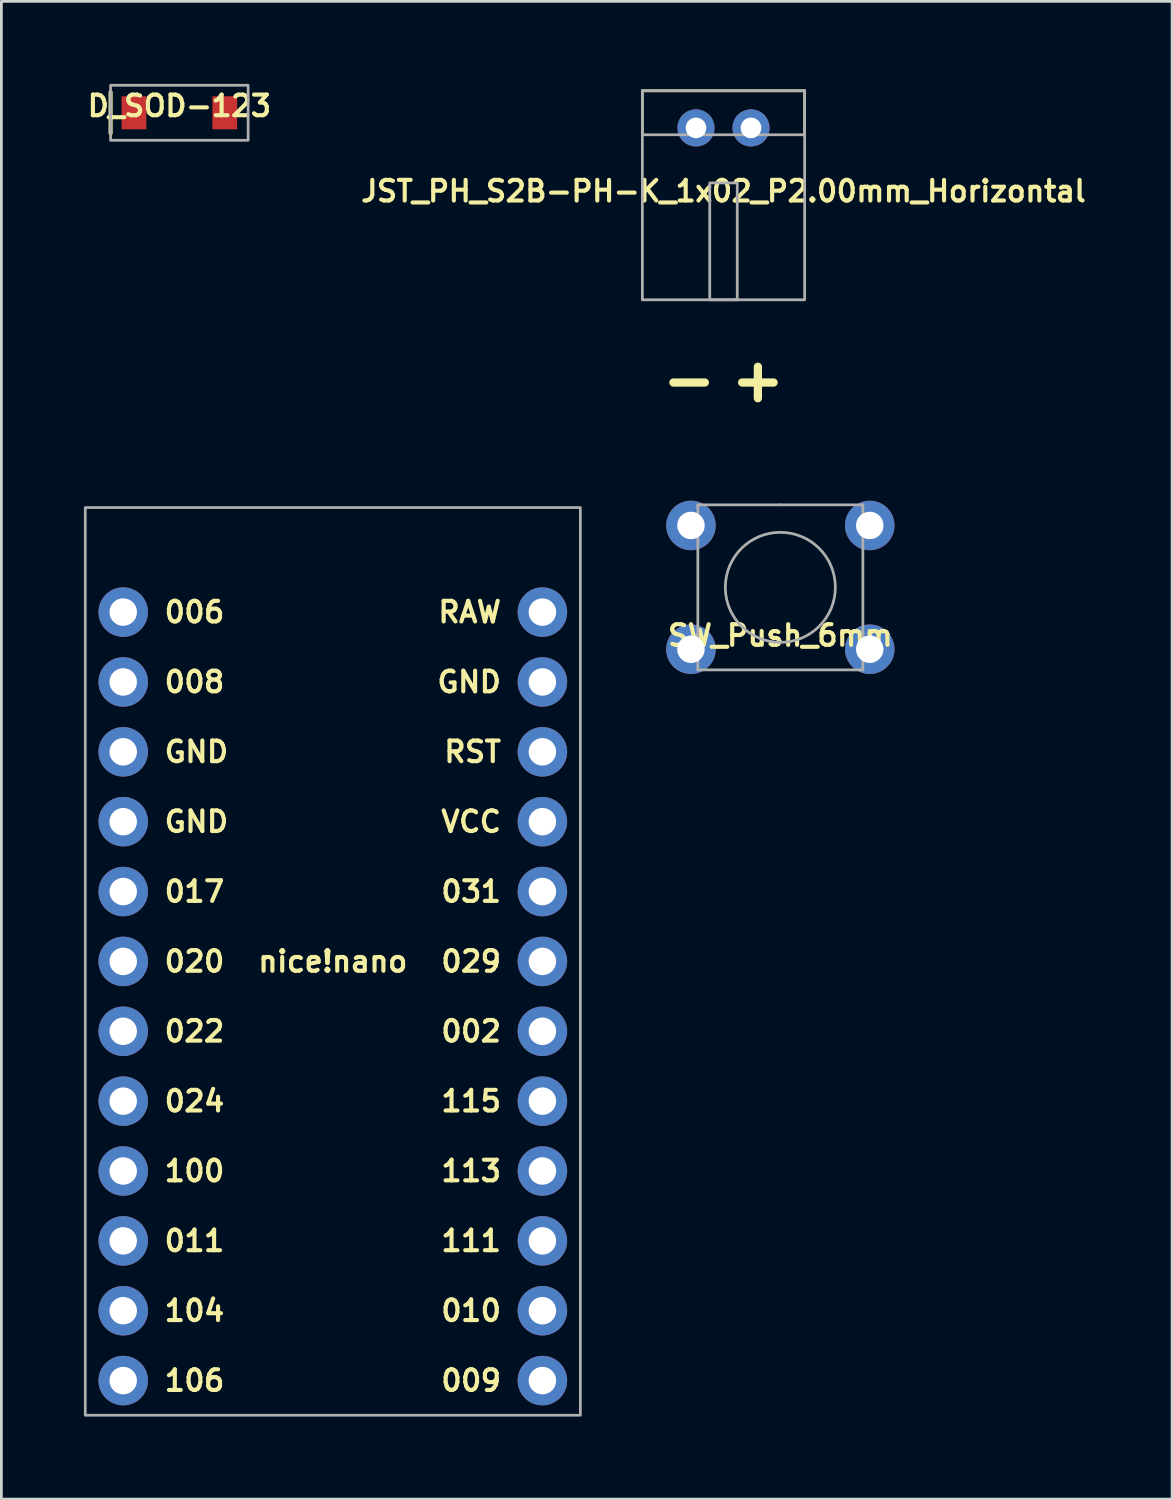
<source format=kicad_pcb>
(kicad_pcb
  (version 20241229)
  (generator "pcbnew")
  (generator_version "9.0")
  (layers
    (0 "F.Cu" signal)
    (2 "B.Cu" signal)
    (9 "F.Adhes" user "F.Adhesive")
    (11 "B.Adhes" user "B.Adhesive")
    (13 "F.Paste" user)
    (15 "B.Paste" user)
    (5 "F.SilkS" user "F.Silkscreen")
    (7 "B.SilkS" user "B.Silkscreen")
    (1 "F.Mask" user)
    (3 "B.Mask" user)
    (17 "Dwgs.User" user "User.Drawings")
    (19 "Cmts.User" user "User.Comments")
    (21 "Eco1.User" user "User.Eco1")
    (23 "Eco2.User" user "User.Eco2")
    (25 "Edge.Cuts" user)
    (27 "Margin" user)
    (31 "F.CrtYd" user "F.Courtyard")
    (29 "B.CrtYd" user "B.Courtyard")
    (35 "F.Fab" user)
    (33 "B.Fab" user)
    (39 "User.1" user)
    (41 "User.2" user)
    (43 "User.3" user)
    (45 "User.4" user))
  (footprint "JST_PH_S2B-PH-K_1x02_P2.00mm_Horizontal"
    (layer "F.Cu")
    (at 23.254 0.25)
    (property "Reference" "JST_PH_S2B-PH-K_1x02_P2.00mm_Horizontal" (at 0 3.65 0) (layer "F.SilkS") (effects (font (size 0.75 0.75) (thickness 0.15))))
    (attr through_hole)
    (fp_line (start -2.95 0) (end 2.95 0) (stroke (width 0.1) (type default)) (layer "F.SilkS"))
    (fp_line (start -2.95 1.6) (end -2.95 0) (stroke (width 0.1) (type default)) (layer "F.SilkS"))
    (fp_line (start 2.95 0) (end 2.95 1.6) (stroke (width 0.1) (type default)) (layer "F.SilkS"))
    (fp_line (start 2.95 1.6) (end -2.95 1.6) (stroke (width 0.1) (type solid)) (layer "F.Fab"))
    (fp_rect (start -2.95 0) (end 2.95 7.6) (stroke (width 0.1) (type default)) (fill no) (layer "F.Fab"))
    (fp_rect (start -0.5 3.35) (end 0.5 7.6) (stroke (width 0.1) (type default)) (fill no) (layer "F.Fab"))
    (fp_text user "-" (at -1.25 10.5 0) (unlocked yes) (layer "F.SilkS") (effects (font (size 1.5 1.5) (thickness 0.3) (bold yes))))
    (fp_text user "+" (at 1.25 10.5 0) (unlocked yes) (layer "F.SilkS") (effects (font (size 1.5 1.5) (thickness 0.3) (bold yes))))
    (pad "1" thru_hole circle (at -1 1.35) (size 1.35 1.35) (drill 0.75) (layers "*.Cu" "*.Mask"))
    (pad "2" thru_hole circle (at 1 1.35) (size 1.35 1.35) (drill 0.75) (layers "*.Cu" "*.Mask")))
  (footprint "nice!nano"
    (layer "F.Cu")
    (at 9.05 15.404)
    (property "Reference" "nice!nano" (at 0 16.5 0) (unlocked yes) (layer "F.SilkS") (effects (font (size 0.75 0.75) (thickness 0.15))))
    (attr through_hole)
    (fp_rect (start -9 0) (end 9 33) (stroke (width 0.1) (type default)) (fill no) (layer "F.Fab"))
    (fp_text user "022" (at -6.2 19.04 0) (unlocked yes) (layer "F.SilkS") (effects (font (size 0.75 0.75) (thickness 0.15)) (justify left)))
    (fp_text user "GND" (at -6.2 8.88 0) (unlocked yes) (layer "F.SilkS") (effects (font (size 0.75 0.75) (thickness 0.15)) (justify left)))
    (fp_text user "100" (at -6.2 24.12 0) (unlocked yes) (layer "F.SilkS") (effects (font (size 0.75 0.75) (thickness 0.15)) (justify left)))
    (fp_text user "VCC" (at 6.2 11.42 0) (unlocked yes) (layer "F.SilkS") (effects (font (size 0.75 0.75) (thickness 0.15)) (justify right)))
    (fp_text user "115" (at 6.2 21.58 0) (unlocked yes) (layer "F.SilkS") (effects (font (size 0.75 0.75) (thickness 0.15)) (justify right)))
    (fp_text user "RST" (at 6.2 8.88 0) (unlocked yes) (layer "F.SilkS") (effects (font (size 0.75 0.75) (thickness 0.15)) (justify right)))
    (fp_text user "002" (at 6.2 19.04 0) (unlocked yes) (layer "F.SilkS") (effects (font (size 0.75 0.75) (thickness 0.15)) (justify right)))
    (fp_text user "111" (at 6.2 26.66 0) (unlocked yes) (layer "F.SilkS") (effects (font (size 0.75 0.75) (thickness 0.15)) (justify right)))
    (fp_text user "011" (at -6.2 26.66 0) (unlocked yes) (layer "F.SilkS") (effects (font (size 0.75 0.75) (thickness 0.15)) (justify left)))
    (fp_text user "008" (at -6.2 6.34 0) (unlocked yes) (layer "F.SilkS") (effects (font (size 0.75 0.75) (thickness 0.15)) (justify left)))
    (fp_text user "RAW" (at 6.2 3.8 0) (unlocked yes) (layer "F.SilkS") (effects (font (size 0.75 0.75) (thickness 0.15)) (justify right)))
    (fp_text user "031" (at 6.2 13.96 0) (unlocked yes) (layer "F.SilkS") (effects (font (size 0.75 0.75) (thickness 0.15)) (justify right)))
    (fp_text user "113" (at 6.2 24.12 0) (unlocked yes) (layer "F.SilkS") (effects (font (size 0.75 0.75) (thickness 0.15)) (justify right)))
    (fp_text user "006" (at -6.2 3.8 0) (unlocked yes) (layer "F.SilkS") (effects (font (size 0.75 0.75) (thickness 0.15)) (justify left)))
    (fp_text user "024" (at -6.2 21.58 0) (unlocked yes) (layer "F.SilkS") (effects (font (size 0.75 0.75) (thickness 0.15)) (justify left)))
    (fp_text user "106" (at -6.2 31.74 0) (unlocked yes) (layer "F.SilkS") (effects (font (size 0.75 0.75) (thickness 0.15)) (justify left)))
    (fp_text user "009" (at 6.2 31.74 0) (unlocked yes) (layer "F.SilkS") (effects (font (size 0.75 0.75) (thickness 0.15)) (justify right)))
    (fp_text user "017" (at -6.2 13.96 0) (unlocked yes) (layer "F.SilkS") (effects (font (size 0.75 0.75) (thickness 0.15)) (justify left)))
    (fp_text user "GND" (at 6.2 6.34 0) (unlocked yes) (layer "F.SilkS") (effects (font (size 0.75 0.75) (thickness 0.15)) (justify right)))
    (fp_text user "010" (at 6.2 29.2 0) (unlocked yes) (layer "F.SilkS") (effects (font (size 0.75 0.75) (thickness 0.15)) (justify right)))
    (fp_text user "029" (at 6.2 16.5 0) (unlocked yes) (layer "F.SilkS") (effects (font (size 0.75 0.75) (thickness 0.15)) (justify right)))
    (fp_text user "104" (at -6.2 29.2 0) (unlocked yes) (layer "F.SilkS") (effects (font (size 0.75 0.75) (thickness 0.15)) (justify left)))
    (fp_text user "GND" (at -6.2 11.42 0) (unlocked yes) (layer "F.SilkS") (effects (font (size 0.75 0.75) (thickness 0.15)) (justify left)))
    (fp_text user "020" (at -6.2 16.5 0) (unlocked yes) (layer "F.SilkS") (effects (font (size 0.75 0.75) (thickness 0.15)) (justify left)))
    (pad "1" thru_hole circle (at -7.62 3.8) (size 1.8 1.8) (drill 1) (layers "*.Cu" "*.Mask"))
    (pad "2" thru_hole circle (at -7.62 6.34) (size 1.8 1.8) (drill 1) (layers "*.Cu" "*.Mask"))
    (pad "3" thru_hole circle (at -7.62 8.88) (size 1.8 1.8) (drill 1) (layers "*.Cu" "*.Mask"))
    (pad "4" thru_hole circle (at -7.62 11.42) (size 1.8 1.8) (drill 1) (layers "*.Cu" "*.Mask"))
    (pad "5" thru_hole circle (at -7.62 13.96) (size 1.8 1.8) (drill 1) (layers "*.Cu" "*.Mask"))
    (pad "6" thru_hole circle (at -7.62 16.5) (size 1.8 1.8) (drill 1) (layers "*.Cu" "*.Mask"))
    (pad "7" thru_hole circle (at -7.62 19.04) (size 1.8 1.8) (drill 1) (layers "*.Cu" "*.Mask"))
    (pad "8" thru_hole circle (at -7.62 21.58) (size 1.8 1.8) (drill 1) (layers "*.Cu" "*.Mask"))
    (pad "9" thru_hole circle (at -7.62 24.12) (size 1.8 1.8) (drill 1) (layers "*.Cu" "*.Mask"))
    (pad "10" thru_hole circle (at -7.62 26.66) (size 1.8 1.8) (drill 1) (layers "*.Cu" "*.Mask"))
    (pad "11" thru_hole circle (at -7.62 29.2) (size 1.8 1.8) (drill 1) (layers "*.Cu" "*.Mask"))
    (pad "12" thru_hole circle (at -7.62 31.74) (size 1.8 1.8) (drill 1) (layers "*.Cu" "*.Mask"))
    (pad "13" thru_hole circle (at 7.62 31.74) (size 1.8 1.8) (drill 1) (layers "*.Cu" "*.Mask"))
    (pad "14" thru_hole circle (at 7.62 29.2) (size 1.8 1.8) (drill 1) (layers "*.Cu" "*.Mask"))
    (pad "15" thru_hole circle (at 7.62 26.66) (size 1.8 1.8) (drill 1) (layers "*.Cu" "*.Mask"))
    (pad "16" thru_hole circle (at 7.62 24.12) (size 1.8 1.8) (drill 1) (layers "*.Cu" "*.Mask"))
    (pad "17" thru_hole circle (at 7.62 21.58) (size 1.8 1.8) (drill 1) (layers "*.Cu" "*.Mask"))
    (pad "18" thru_hole circle (at 7.62 19.04 90) (size 1.8 1.8) (drill 1) (layers "*.Cu" "*.Mask"))
    (pad "19" thru_hole circle (at 7.62 16.5) (size 1.8 1.8) (drill 1) (layers "*.Cu" "*.Mask"))
    (pad "20" thru_hole circle (at 7.62 13.96) (size 1.8 1.8) (drill 1) (layers "*.Cu" "*.Mask"))
    (pad "21" thru_hole circle (at 7.62 11.42) (size 1.8 1.8) (drill 1) (layers "*.Cu" "*.Mask"))
    (pad "22" thru_hole circle (at 7.62 8.88) (size 1.8 1.8) (drill 1) (layers "*.Cu" "*.Mask"))
    (pad "23" thru_hole circle (at 7.62 6.34) (size 1.8 1.8) (drill 1) (layers "*.Cu" "*.Mask"))
    (pad "24" thru_hole circle (at 7.62 3.8) (size 1.8 1.8) (drill 1) (layers "*.Cu" "*.Mask")))
  (footprint "D_SOD-123"
    (layer "F.Cu")
    (at 3.471 1.05)
    (property "Reference" "D_SOD-123" (at 0 -0.25 0) (layer "F.SilkS") (effects (font (size 0.75 0.75) (thickness 0.15))))
    (attr smd)
    (fp_line (start -2.5 -0.75) (end -2.5 0.75) (stroke (width 0.15) (type solid)) (layer "F.SilkS"))
    (fp_rect (start -2.5 -1) (end 2.5 1) (stroke (width 0.1) (type default)) (fill no) (layer "F.Fab"))
    (pad "1" smd rect (at -1.65 0) (size 0.9 1.2) (layers "F.Cu" "F.Mask" "F.Paste"))
    (pad "2" smd rect (at 1.65 0) (size 0.9 1.2) (layers "F.Cu" "F.Mask" "F.Paste")))
  (footprint "SW_Push_6mm"
    (layer "F.Cu")
    (at 25.321 18.304)
    (property "Reference" "SW_Push_6mm" (at 0 1.75 0) (layer "F.SilkS") (effects (font (size 0.75 0.75) (thickness 0.15))))
    (attr through_hole)
    (fp_line (start -3 -3) (end 0 -3) (stroke (width 0.1) (type solid)) (layer "F.Fab"))
    (fp_line (start -3 3) (end -3 -3) (stroke (width 0.1) (type solid)) (layer "F.Fab"))
    (fp_line (start 0 -3) (end 3 -3) (stroke (width 0.1) (type solid)) (layer "F.Fab"))
    (fp_line (start 3 -3) (end 3 3) (stroke (width 0.1) (type solid)) (layer "F.Fab"))
    (fp_line (start 3 3) (end -3 3) (stroke (width 0.1) (type solid)) (layer "F.Fab"))
    (fp_circle (center 0 0) (end 2 0) (stroke (width 0.1) (type solid)) (fill no) (layer "F.Fab"))
    (pad "1" thru_hole circle (at -3.25 -2.25) (size 1.8 1.8) (drill 1) (layers "*.Cu" "*.Mask"))
    (pad "1" thru_hole circle (at 3.25 -2.25) (size 1.8 1.8) (drill 1) (layers "*.Cu" "*.Mask"))
    (pad "2" thru_hole circle (at -3.25 2.25) (size 1.8 1.8) (drill 1) (layers "*.Cu" "*.Mask"))
    (pad "2" thru_hole circle (at 3.25 2.25) (size 1.8 1.8) (drill 1) (layers "*.Cu" "*.Mask")))
  (gr_rect
    (start -3 -3)
    (end 39.564 51.454)
    (stroke (width 0.1) (type default))
    (fill no)
    (layer "Edge.Cuts")))
</source>
